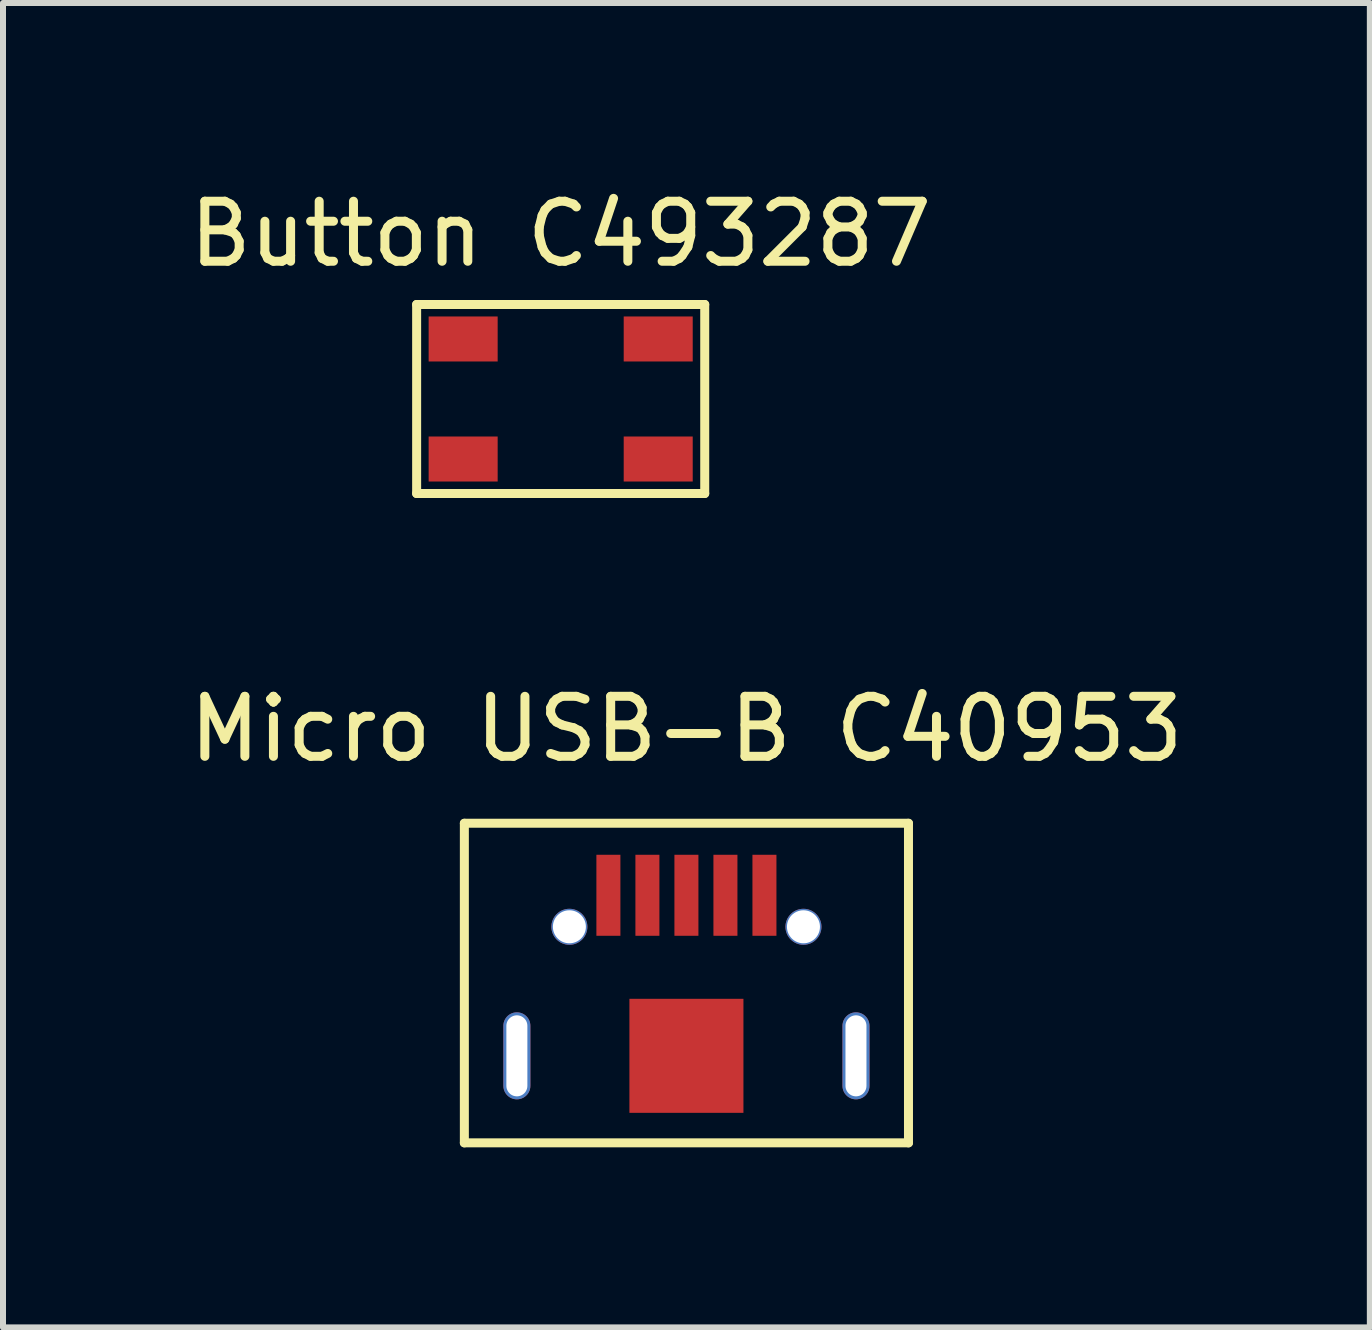
<source format=kicad_pcb>
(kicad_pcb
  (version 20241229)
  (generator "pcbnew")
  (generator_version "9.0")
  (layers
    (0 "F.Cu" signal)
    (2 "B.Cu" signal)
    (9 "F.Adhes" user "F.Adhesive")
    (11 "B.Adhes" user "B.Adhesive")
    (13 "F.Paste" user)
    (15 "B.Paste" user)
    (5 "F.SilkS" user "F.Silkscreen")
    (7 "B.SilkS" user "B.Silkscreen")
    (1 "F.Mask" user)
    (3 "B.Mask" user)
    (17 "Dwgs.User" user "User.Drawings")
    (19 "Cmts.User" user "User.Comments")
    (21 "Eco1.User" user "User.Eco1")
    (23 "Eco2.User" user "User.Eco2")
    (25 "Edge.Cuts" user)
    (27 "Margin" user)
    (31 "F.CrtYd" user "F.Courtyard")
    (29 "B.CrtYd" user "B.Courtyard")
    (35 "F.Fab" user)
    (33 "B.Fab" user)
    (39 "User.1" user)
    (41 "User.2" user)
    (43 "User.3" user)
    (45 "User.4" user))
  (footprint "Button C493287"
    (layer "F.Cu")
    (at 6.292 3.598)
    (property "Reference" "Button C493287" (at 0 -2.75 0) (layer "F.SilkS") (effects (font (size 1 1) (thickness 0.15))))
    (attr through_hole)
    (fp_line (start -2.4 -1.575) (end 2.4 -1.575) (stroke (width 0.15) (type solid)) (layer "F.SilkS"))
    (fp_line (start -2.4 1.575) (end -2.4 -1.575) (stroke (width 0.15) (type solid)) (layer "F.SilkS"))
    (fp_line (start 2.4 -1.575) (end 2.4 1.575) (stroke (width 0.15) (type solid)) (layer "F.SilkS"))
    (fp_line (start 2.4 1.575) (end -2.4 1.575) (stroke (width 0.15) (type solid)) (layer "F.SilkS"))
    (pad "1" smd rect (at -1.625 -1) (size 1.15 0.75) (layers "F.Cu" "F.Mask" "F.Paste"))
    (pad "1" smd rect (at 1.625 -1) (size 1.15 0.75) (layers "F.Cu" "F.Mask" "F.Paste"))
    (pad "2" smd rect (at -1.625 1) (size 1.15 0.75) (layers "F.Cu" "F.Mask" "F.Paste"))
    (pad "2" smd rect (at 1.625 1) (size 1.15 0.75) (layers "F.Cu" "F.Mask" "F.Paste")))
  (footprint "Micro USB-B C40953"
    (layer "F.Cu")
    (at 8.387 11.867)
    (property "Reference" "Micro USB-B C40953" (at 0 -2.77 0) (layer "F.SilkS") (effects (font (size 1 1) (thickness 0.15))))
    (attr through_hole)
    (fp_line (start -3.7 -1.2) (end -3.7 4.125) (stroke (width 0.15) (type solid)) (layer "F.SilkS"))
    (fp_line (start -3.7 4.125) (end 3.7 4.125) (stroke (width 0.15) (type solid)) (layer "F.SilkS"))
    (fp_line (start 3.7 -1.2) (end -3.7 -1.2) (stroke (width 0.15) (type solid)) (layer "F.SilkS"))
    (fp_line (start 3.7 4.125) (end 3.7 -1.2) (stroke (width 0.15) (type solid)) (layer "F.SilkS"))
    (pad "" thru_hole circle (at -1.95 0.525) (size 0.6 0.6) (drill 0.55) (layers "*.Cu" "*.Mask"))
    (pad "" thru_hole circle (at 1.95 0.525) (size 0.6 0.6) (drill 0.55) (layers "*.Cu" "*.Mask"))
    (pad "1" smd rect (at -1.3 0) (size 0.4 1.35) (layers "F.Cu" "F.Mask" "F.Paste"))
    (pad "2" smd rect (at -0.65 0) (size 0.4 1.35) (layers "F.Cu" "F.Mask" "F.Paste"))
    (pad "3" smd rect (at 0 0) (size 0.4 1.35) (layers "F.Cu" "F.Mask" "F.Paste"))
    (pad "4" smd rect (at 0.65 0) (size 0.4 1.35) (layers "F.Cu" "F.Mask" "F.Paste"))
    (pad "5" smd rect (at 1.3 0) (size 0.4 1.35) (layers "F.Cu" "F.Mask" "F.Paste"))
    (pad "6" thru_hole oval (at -2.825 2.675) (size 0.45 1.45) (drill oval 0.35 1.35) (layers "*.Cu" "*.Mask"))
    (pad "6" smd rect (at 0 2.675) (size 1.9 1.9) (layers "F.Cu" "F.Mask" "F.Paste"))
    (pad "6" thru_hole oval (at 2.825 2.675) (size 0.45 1.45) (drill oval 0.35 1.35) (layers "*.Cu" "*.Mask")))
  (gr_rect
    (start -3 -3)
    (end 19.774 19.067)
    (stroke (width 0.1) (type default))
    (fill no)
    (layer "Edge.Cuts")))
</source>
